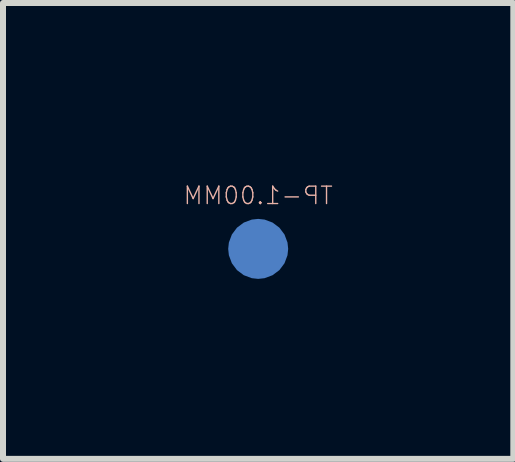
<source format=kicad_pcb>
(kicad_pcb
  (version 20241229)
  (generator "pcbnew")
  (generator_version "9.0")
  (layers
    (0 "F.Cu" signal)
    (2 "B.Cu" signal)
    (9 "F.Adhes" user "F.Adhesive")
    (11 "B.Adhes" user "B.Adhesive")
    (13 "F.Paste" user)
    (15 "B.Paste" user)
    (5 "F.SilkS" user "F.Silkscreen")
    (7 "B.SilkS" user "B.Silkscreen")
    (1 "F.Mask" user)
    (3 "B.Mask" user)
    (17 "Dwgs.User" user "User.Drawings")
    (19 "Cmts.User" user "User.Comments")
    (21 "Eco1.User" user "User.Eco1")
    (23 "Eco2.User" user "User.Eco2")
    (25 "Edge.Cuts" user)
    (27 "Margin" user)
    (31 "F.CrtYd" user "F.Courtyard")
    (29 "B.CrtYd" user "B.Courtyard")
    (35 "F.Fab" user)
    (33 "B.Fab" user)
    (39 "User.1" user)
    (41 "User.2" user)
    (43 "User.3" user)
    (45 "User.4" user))
  (footprint "TP-1.00MM"
    (layer "F.Cu")
    (at 1.254 1.099)
    (property "Reference" "TP-1.00MM" (at 0 -0.889 0) (layer "B.SilkS") (effects (font (size 0.29 0.29) (thickness 0.023)) (justify mirror)))
    (attr through_hole)
    (pad "X" smd roundrect (at 0 0) (size 1 1) (layers "B.Cu" "B.Mask") (roundrect_rratio 0.5)))
  (gr_rect
    (start -3 -3)
    (end 5.507 4.599)
    (stroke (width 0.1) (type default))
    (fill no)
    (layer "Edge.Cuts")))
</source>
